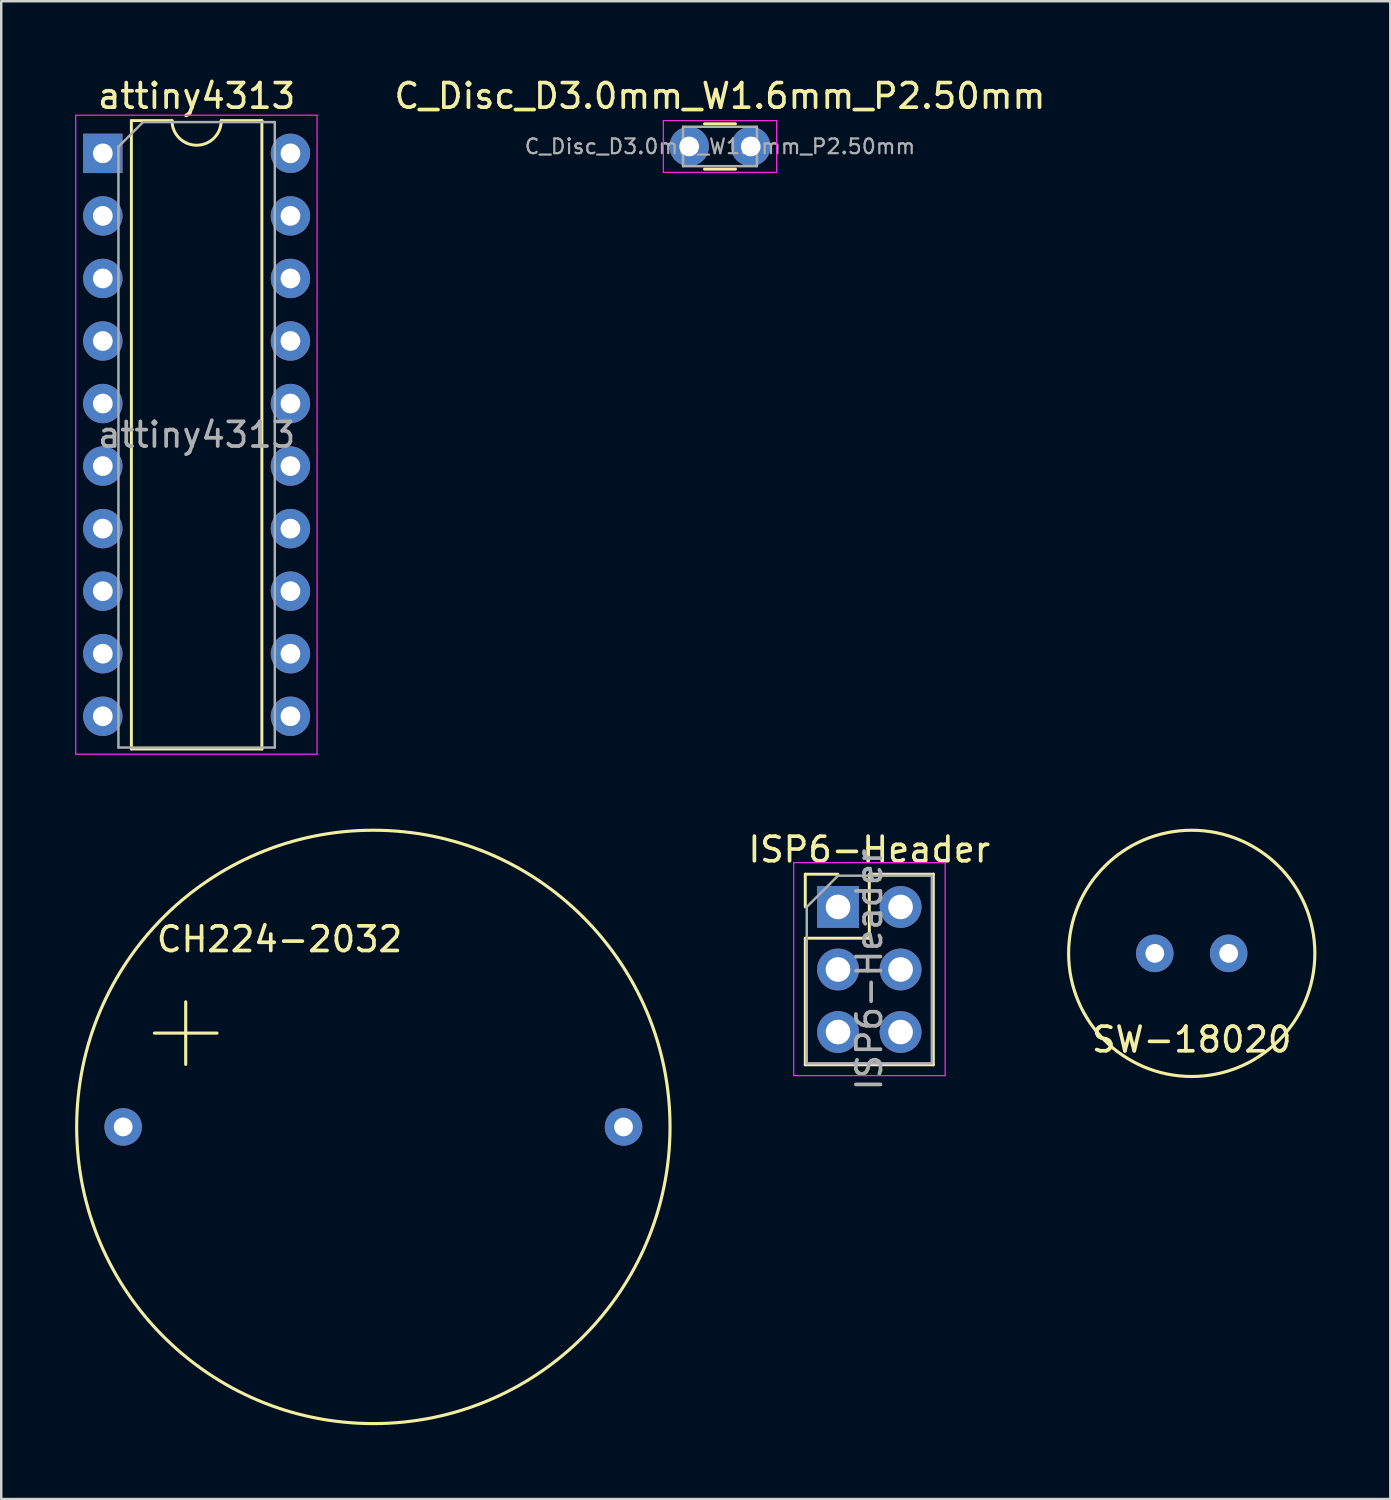
<source format=kicad_pcb>
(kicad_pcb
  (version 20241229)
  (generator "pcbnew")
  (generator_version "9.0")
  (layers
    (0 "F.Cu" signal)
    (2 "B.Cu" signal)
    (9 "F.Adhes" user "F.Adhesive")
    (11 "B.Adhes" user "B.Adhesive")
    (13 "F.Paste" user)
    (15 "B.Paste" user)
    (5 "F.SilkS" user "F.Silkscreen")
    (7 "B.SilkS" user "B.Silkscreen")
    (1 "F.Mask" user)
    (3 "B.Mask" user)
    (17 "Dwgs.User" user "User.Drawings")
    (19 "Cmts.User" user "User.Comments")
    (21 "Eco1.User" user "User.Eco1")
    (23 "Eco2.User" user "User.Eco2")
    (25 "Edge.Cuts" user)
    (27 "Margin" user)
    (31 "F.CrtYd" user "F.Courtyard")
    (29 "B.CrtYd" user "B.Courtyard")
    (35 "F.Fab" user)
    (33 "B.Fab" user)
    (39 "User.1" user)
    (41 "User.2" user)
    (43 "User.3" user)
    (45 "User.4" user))
  (footprint "CH224-2032"
    (layer "F.Cu")
    (at 12.112 42.715)
    (property "Reference" "CH224-2032" (at -3.81 -7.62 0) (layer "F.SilkS") (effects (font (size 1 1) (thickness 0.15))))
    (attr through_hole)
    (fp_line (start -8.89 -3.81) (end -6.35 -3.81) (stroke (width 0.127) (type solid)) (layer "F.SilkS"))
    (fp_line (start -7.62 -5.08) (end -7.62 -2.54) (stroke (width 0.127) (type solid)) (layer "F.SilkS"))
    (fp_circle (center 0 0) (end -11.43 -3.81) (stroke (width 0.127) (type solid)) (fill no) (layer "F.SilkS"))
    (pad "1" thru_hole circle (at -10.16 0) (size 1.524 1.524) (drill 0.762) (layers "*.Cu" "*.Mask"))
    (pad "2" thru_hole circle (at 10.16 0) (size 1.524 1.524) (drill 0.762) (layers "*.Cu" "*.Mask")))
  (footprint "SW-18020"
    (layer "F.Cu")
    (at 45.347 35.667)
    (property "Reference" "SW-18020" (at 0 3.5 0) (layer "F.SilkS") (effects (font (size 1 1) (thickness 0.15))))
    (attr through_hole)
    (fp_circle (center 0 0) (end 5 0) (stroke (width 0.127) (type solid)) (fill no) (layer "F.SilkS"))
    (pad "1" thru_hole circle (at -1.5 0) (size 1.524 1.524) (drill 0.762) (layers "*.Cu" "*.Mask"))
    (pad "2" thru_hole circle (at 1.5 0) (size 1.524 1.524) (drill 0.762) (layers "*.Cu" "*.Mask")))
  (footprint "attiny4313"
    (layer "F.Cu")
    (at 1.125 3.178)
    (property "Reference" "attiny4313" (at 3.81 -2.33 0) (layer "F.SilkS") (effects (font (size 1 1) (thickness 0.15))))
    (attr through_hole)
    (fp_line (start 1.16 -1.33) (end 1.16 24.19) (stroke (width 0.12) (type solid)) (layer "F.SilkS"))
    (fp_line (start 1.16 24.19) (end 6.46 24.19) (stroke (width 0.12) (type solid)) (layer "F.SilkS"))
    (fp_line (start 2.81 -1.33) (end 1.16 -1.33) (stroke (width 0.12) (type solid)) (layer "F.SilkS"))
    (fp_line (start 6.46 -1.33) (end 4.81 -1.33) (stroke (width 0.12) (type solid)) (layer "F.SilkS"))
    (fp_line (start 6.46 24.19) (end 6.46 -1.33) (stroke (width 0.12) (type solid)) (layer "F.SilkS"))
    (fp_arc (start 4.81 -1.33) (mid 3.81 -0.33) (end 2.81 -1.33) (stroke (width 0.12) (type solid)) (layer "F.SilkS"))
    (fp_line (start -1.1 -1.55) (end -1.1 24.4) (stroke (width 0.05) (type solid)) (layer "F.CrtYd"))
    (fp_line (start -1.1 24.4) (end 8.7 24.4) (stroke (width 0.05) (type solid)) (layer "F.CrtYd"))
    (fp_line (start 8.7 -1.55) (end -1.1 -1.55) (stroke (width 0.05) (type solid)) (layer "F.CrtYd"))
    (fp_line (start 8.7 24.4) (end 8.7 -1.55) (stroke (width 0.05) (type solid)) (layer "F.CrtYd"))
    (fp_line (start 0.635 -0.27) (end 1.635 -1.27) (stroke (width 0.1) (type solid)) (layer "F.Fab"))
    (fp_line (start 0.635 24.13) (end 0.635 -0.27) (stroke (width 0.1) (type solid)) (layer "F.Fab"))
    (fp_line (start 1.635 -1.27) (end 6.985 -1.27) (stroke (width 0.1) (type solid)) (layer "F.Fab"))
    (fp_line (start 6.985 -1.27) (end 6.985 24.13) (stroke (width 0.1) (type solid)) (layer "F.Fab"))
    (fp_line (start 6.985 24.13) (end 0.635 24.13) (stroke (width 0.1) (type solid)) (layer "F.Fab"))
    (fp_text user "${REFERENCE}" (at 3.81 11.43 0) (layer "F.Fab") (effects (font (size 1 1) (thickness 0.15))))
    (pad "1" thru_hole rect (at 0 0) (size 1.6 1.6) (drill 0.8) (layers "*.Cu" "*.Mask"))
    (pad "2" thru_hole oval (at 0 2.54) (size 1.6 1.6) (drill 0.8) (layers "*.Cu" "*.Mask"))
    (pad "3" thru_hole oval (at 0 5.08) (size 1.6 1.6) (drill 0.8) (layers "*.Cu" "*.Mask"))
    (pad "4" thru_hole oval (at 0 7.62) (size 1.6 1.6) (drill 0.8) (layers "*.Cu" "*.Mask"))
    (pad "5" thru_hole oval (at 0 10.16) (size 1.6 1.6) (drill 0.8) (layers "*.Cu" "*.Mask"))
    (pad "6" thru_hole oval (at 0 12.7) (size 1.6 1.6) (drill 0.8) (layers "*.Cu" "*.Mask"))
    (pad "7" thru_hole oval (at 0 15.24) (size 1.6 1.6) (drill 0.8) (layers "*.Cu" "*.Mask"))
    (pad "8" thru_hole oval (at 0 17.78) (size 1.6 1.6) (drill 0.8) (layers "*.Cu" "*.Mask"))
    (pad "9" thru_hole oval (at 0 20.32) (size 1.6 1.6) (drill 0.8) (layers "*.Cu" "*.Mask"))
    (pad "10" thru_hole oval (at 0 22.86) (size 1.6 1.6) (drill 0.8) (layers "*.Cu" "*.Mask"))
    (pad "11" thru_hole oval (at 7.62 22.86) (size 1.6 1.6) (drill 0.8) (layers "*.Cu" "*.Mask"))
    (pad "12" thru_hole oval (at 7.62 20.32) (size 1.6 1.6) (drill 0.8) (layers "*.Cu" "*.Mask"))
    (pad "13" thru_hole oval (at 7.62 17.78) (size 1.6 1.6) (drill 0.8) (layers "*.Cu" "*.Mask"))
    (pad "14" thru_hole oval (at 7.62 15.24) (size 1.6 1.6) (drill 0.8) (layers "*.Cu" "*.Mask"))
    (pad "15" thru_hole oval (at 7.62 12.7) (size 1.6 1.6) (drill 0.8) (layers "*.Cu" "*.Mask"))
    (pad "16" thru_hole oval (at 7.62 10.16) (size 1.6 1.6) (drill 0.8) (layers "*.Cu" "*.Mask"))
    (pad "17" thru_hole oval (at 7.62 7.62) (size 1.6 1.6) (drill 0.8) (layers "*.Cu" "*.Mask"))
    (pad "18" thru_hole oval (at 7.62 5.08) (size 1.6 1.6) (drill 0.8) (layers "*.Cu" "*.Mask"))
    (pad "19" thru_hole oval (at 7.62 2.54) (size 1.6 1.6) (drill 0.8) (layers "*.Cu" "*.Mask"))
    (pad "20" thru_hole oval (at 7.62 0) (size 1.6 1.6) (drill 0.8) (layers "*.Cu" "*.Mask")))
  (footprint "ISP6-Header"
    (layer "F.Cu")
    (at 30.983 33.782)
    (property "Reference" "ISP6-Header" (at 1.27 -2.33 0) (layer "F.SilkS") (effects (font (size 1 1) (thickness 0.15))))
    (attr through_hole)
    (fp_line (start -1.33 -1.33) (end 0 -1.33) (stroke (width 0.12) (type solid)) (layer "F.SilkS"))
    (fp_line (start -1.33 0) (end -1.33 -1.33) (stroke (width 0.12) (type solid)) (layer "F.SilkS"))
    (fp_line (start -1.33 1.27) (end -1.33 6.41) (stroke (width 0.12) (type solid)) (layer "F.SilkS"))
    (fp_line (start -1.33 1.27) (end 1.27 1.27) (stroke (width 0.12) (type solid)) (layer "F.SilkS"))
    (fp_line (start -1.33 6.41) (end 3.87 6.41) (stroke (width 0.12) (type solid)) (layer "F.SilkS"))
    (fp_line (start 1.27 -1.33) (end 3.87 -1.33) (stroke (width 0.12) (type solid)) (layer "F.SilkS"))
    (fp_line (start 1.27 1.27) (end 1.27 -1.33) (stroke (width 0.12) (type solid)) (layer "F.SilkS"))
    (fp_line (start 3.87 -1.33) (end 3.87 6.41) (stroke (width 0.12) (type solid)) (layer "F.SilkS"))
    (fp_line (start -1.8 -1.8) (end -1.8 6.85) (stroke (width 0.05) (type solid)) (layer "F.CrtYd"))
    (fp_line (start -1.8 6.85) (end 4.35 6.85) (stroke (width 0.05) (type solid)) (layer "F.CrtYd"))
    (fp_line (start 4.35 -1.8) (end -1.8 -1.8) (stroke (width 0.05) (type solid)) (layer "F.CrtYd"))
    (fp_line (start 4.35 6.85) (end 4.35 -1.8) (stroke (width 0.05) (type solid)) (layer "F.CrtYd"))
    (fp_line (start -1.27 0) (end 0 -1.27) (stroke (width 0.1) (type solid)) (layer "F.Fab"))
    (fp_line (start -1.27 6.35) (end -1.27 0) (stroke (width 0.1) (type solid)) (layer "F.Fab"))
    (fp_line (start 0 -1.27) (end 3.81 -1.27) (stroke (width 0.1) (type solid)) (layer "F.Fab"))
    (fp_line (start 3.81 -1.27) (end 3.81 6.35) (stroke (width 0.1) (type solid)) (layer "F.Fab"))
    (fp_line (start 3.81 6.35) (end -1.27 6.35) (stroke (width 0.1) (type solid)) (layer "F.Fab"))
    (fp_text user "${REFERENCE}" (at 1.27 2.54 90) (layer "F.Fab") (effects (font (size 1 1) (thickness 0.15))))
    (pad "1" thru_hole rect (at 0 0) (size 1.7 1.7) (drill 1) (layers "*.Cu" "*.Mask"))
    (pad "2" thru_hole oval (at 2.54 0) (size 1.7 1.7) (drill 1) (layers "*.Cu" "*.Mask"))
    (pad "3" thru_hole oval (at 0 2.54) (size 1.7 1.7) (drill 1) (layers "*.Cu" "*.Mask"))
    (pad "4" thru_hole oval (at 2.54 2.54) (size 1.7 1.7) (drill 1) (layers "*.Cu" "*.Mask"))
    (pad "5" thru_hole oval (at 0 5.08) (size 1.7 1.7) (drill 1) (layers "*.Cu" "*.Mask"))
    (pad "6" thru_hole oval (at 2.54 5.08) (size 1.7 1.7) (drill 1) (layers "*.Cu" "*.Mask")))
  (footprint "C_Disc_D3.0mm_W1.6mm_P2.50mm"
    (layer "F.Cu")
    (at 24.939 2.898)
    (property "Reference" "C_Disc_D3.0mm_W1.6mm_P2.50mm" (at 1.25 -2.05 0) (layer "F.SilkS") (effects (font (size 1 1) (thickness 0.15))))
    (attr through_hole)
    (fp_line (start 0.621 -0.92) (end 1.879 -0.92) (stroke (width 0.12) (type solid)) (layer "F.SilkS"))
    (fp_line (start 0.621 0.92) (end 1.879 0.92) (stroke (width 0.12) (type solid)) (layer "F.SilkS"))
    (fp_line (start -1.05 -1.05) (end -1.05 1.05) (stroke (width 0.05) (type solid)) (layer "F.CrtYd"))
    (fp_line (start -1.05 1.05) (end 3.55 1.05) (stroke (width 0.05) (type solid)) (layer "F.CrtYd"))
    (fp_line (start 3.55 -1.05) (end -1.05 -1.05) (stroke (width 0.05) (type solid)) (layer "F.CrtYd"))
    (fp_line (start 3.55 1.05) (end 3.55 -1.05) (stroke (width 0.05) (type solid)) (layer "F.CrtYd"))
    (fp_line (start -0.25 -0.8) (end -0.25 0.8) (stroke (width 0.1) (type solid)) (layer "F.Fab"))
    (fp_line (start -0.25 0.8) (end 2.75 0.8) (stroke (width 0.1) (type solid)) (layer "F.Fab"))
    (fp_line (start 2.75 -0.8) (end -0.25 -0.8) (stroke (width 0.1) (type solid)) (layer "F.Fab"))
    (fp_line (start 2.75 0.8) (end 2.75 -0.8) (stroke (width 0.1) (type solid)) (layer "F.Fab"))
    (fp_text user "${REFERENCE}" (at 1.25 0 0) (layer "F.Fab") (effects (font (size 0.6 0.6) (thickness 0.09))))
    (pad "1" thru_hole circle (at 0 0) (size 1.6 1.6) (drill 0.8) (layers "*.Cu" "*.Mask"))
    (pad "2" thru_hole circle (at 2.5 0) (size 1.6 1.6) (drill 0.8) (layers "*.Cu" "*.Mask")))
  (gr_rect
    (start -3 -3)
    (end 53.41 57.827)
    (stroke (width 0.1) (type default))
    (fill no)
    (layer "Edge.Cuts")))
</source>
